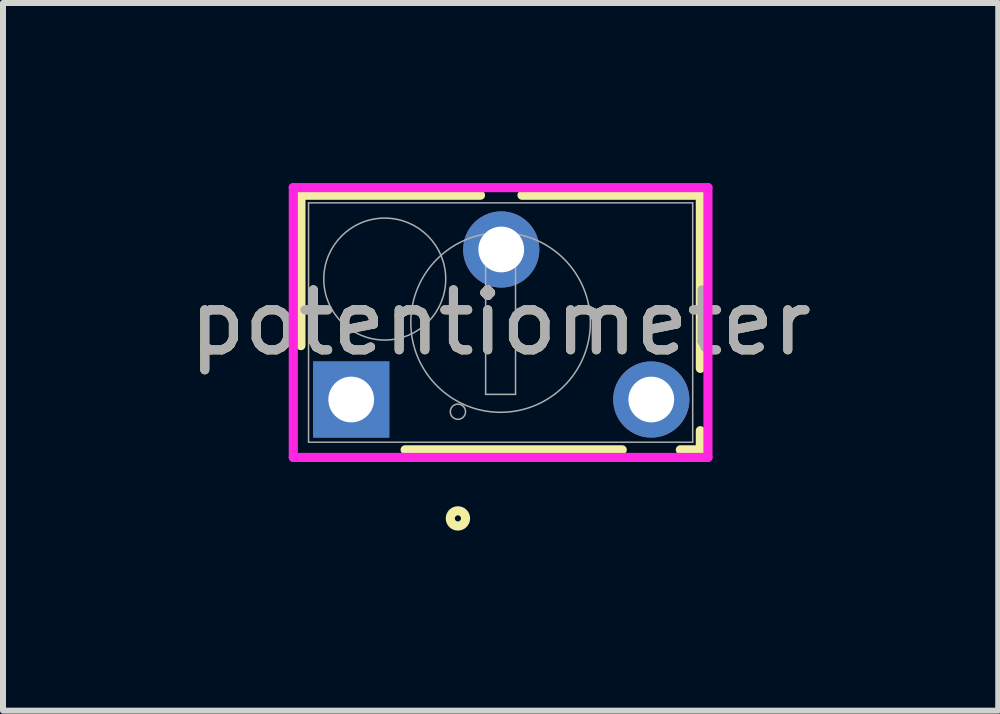
<source format=kicad_pcb>
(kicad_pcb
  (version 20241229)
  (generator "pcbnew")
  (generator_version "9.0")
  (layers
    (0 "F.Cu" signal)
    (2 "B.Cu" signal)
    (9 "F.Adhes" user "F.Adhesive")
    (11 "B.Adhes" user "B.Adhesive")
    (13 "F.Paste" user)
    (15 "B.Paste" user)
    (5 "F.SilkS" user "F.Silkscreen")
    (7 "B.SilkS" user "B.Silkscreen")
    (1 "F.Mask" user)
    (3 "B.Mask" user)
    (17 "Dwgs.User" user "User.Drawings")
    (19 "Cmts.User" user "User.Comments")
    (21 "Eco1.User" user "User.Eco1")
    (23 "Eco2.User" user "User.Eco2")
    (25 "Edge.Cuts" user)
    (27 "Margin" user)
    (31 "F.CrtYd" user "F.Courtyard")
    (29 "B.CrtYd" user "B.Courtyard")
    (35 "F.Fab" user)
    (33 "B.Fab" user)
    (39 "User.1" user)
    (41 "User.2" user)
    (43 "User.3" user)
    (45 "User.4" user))
  (footprint "potentiometer"
    (layer "F.Cu")
    (at 2.802 3.607)
    (property "Reference" "potentiometer" (at 2.489 -1.283 0) (unlocked yes) (layer "F.SilkS") (effects (font (size 1 1) (thickness 0.15))))
    (attr through_hole)
    (fp_line (start -0.838 -3.404) (end -0.838 -0.898) (stroke (width 0.152) (type solid)) (layer "F.SilkS"))
    (fp_line (start 0.898 0.838) (end 4.516 0.838) (stroke (width 0.152) (type solid)) (layer "F.SilkS"))
    (fp_line (start 2.154 -3.404) (end -0.838 -3.404) (stroke (width 0.152) (type solid)) (layer "F.SilkS"))
    (fp_line (start 5.484 0.838) (end 5.817 0.838) (stroke (width 0.152) (type solid)) (layer "F.SilkS"))
    (fp_line (start 5.817 -3.404) (end 2.846 -3.404) (stroke (width 0.152) (type solid)) (layer "F.SilkS"))
    (fp_line (start 5.817 -0.519) (end 5.817 -3.404) (stroke (width 0.152) (type solid)) (layer "F.SilkS"))
    (fp_line (start 5.817 0.838) (end 5.817 0.519) (stroke (width 0.152) (type solid)) (layer "F.SilkS"))
    (fp_circle (center 1.778 1.981) (end 1.905 1.981) (stroke (width 0.152) (type solid)) (fill no) (layer "F.SilkS"))
    (fp_line (start -0.965 -3.531) (end 5.944 -3.531) (stroke (width 0.152) (type solid)) (layer "F.CrtYd"))
    (fp_line (start -0.965 0.965) (end -0.965 -3.531) (stroke (width 0.152) (type solid)) (layer "F.CrtYd"))
    (fp_line (start 5.944 -3.531) (end 5.944 0.965) (stroke (width 0.152) (type solid)) (layer "F.CrtYd"))
    (fp_line (start 5.944 0.965) (end -0.965 0.965) (stroke (width 0.152) (type solid)) (layer "F.CrtYd"))
    (fp_line (start -0.711 -3.277) (end -0.711 0.711) (stroke (width 0.025) (type solid)) (layer "F.Fab"))
    (fp_line (start -0.711 0.711) (end 5.69 0.711) (stroke (width 0.025) (type solid)) (layer "F.Fab"))
    (fp_line (start 2.24 -2.479) (end 2.24 -0.086) (stroke (width 0.025) (type solid)) (layer "F.Fab"))
    (fp_line (start 2.24 -2.479) (end 2.738 -2.479) (stroke (width 0.025) (type solid)) (layer "F.Fab"))
    (fp_line (start 2.24 -0.086) (end 2.738 -0.086) (stroke (width 0.025) (type solid)) (layer "F.Fab"))
    (fp_line (start 2.738 -2.479) (end 2.738 -0.086) (stroke (width 0.025) (type solid)) (layer "F.Fab"))
    (fp_line (start 5.69 -3.277) (end -0.711 -3.277) (stroke (width 0.025) (type solid)) (layer "F.Fab"))
    (fp_line (start 5.69 0.711) (end 5.69 -3.277) (stroke (width 0.025) (type solid)) (layer "F.Fab"))
    (fp_circle (center 0.559 -2.007) (end 1.575 -2.007) (stroke (width 0.025) (type solid)) (fill no) (layer "F.Fab"))
    (fp_circle (center 1.778 0.203) (end 1.905 0.203) (stroke (width 0.025) (type solid)) (fill no) (layer "F.Fab"))
    (fp_circle (center 2.489 -1.283) (end 3.985 -1.283) (stroke (width 0.025) (type solid)) (fill no) (layer "F.Fab"))
    (fp_text user "${REFERENCE}" (at 2.489 -1.283 0) (unlocked yes) (layer "F.Fab") (effects (font (size 1 1) (thickness 0.15))))
    (pad "1" thru_hole rect (at 0 0) (size 1.27 1.27) (drill 0.762) (layers "*.Cu" "*.Mask"))
    (pad "2" thru_hole circle (at 2.5 -2.5) (size 1.27 1.27) (drill 0.762) (layers "*.Cu" "*.Mask"))
    (pad "3" thru_hole circle (at 5 0) (size 1.27 1.27) (drill 0.762) (layers "*.Cu" "*.Mask")))
  (gr_rect
    (start -3 -3)
    (end 13.583 8.791)
    (stroke (width 0.1) (type default))
    (fill no)
    (layer "Edge.Cuts")))
</source>
